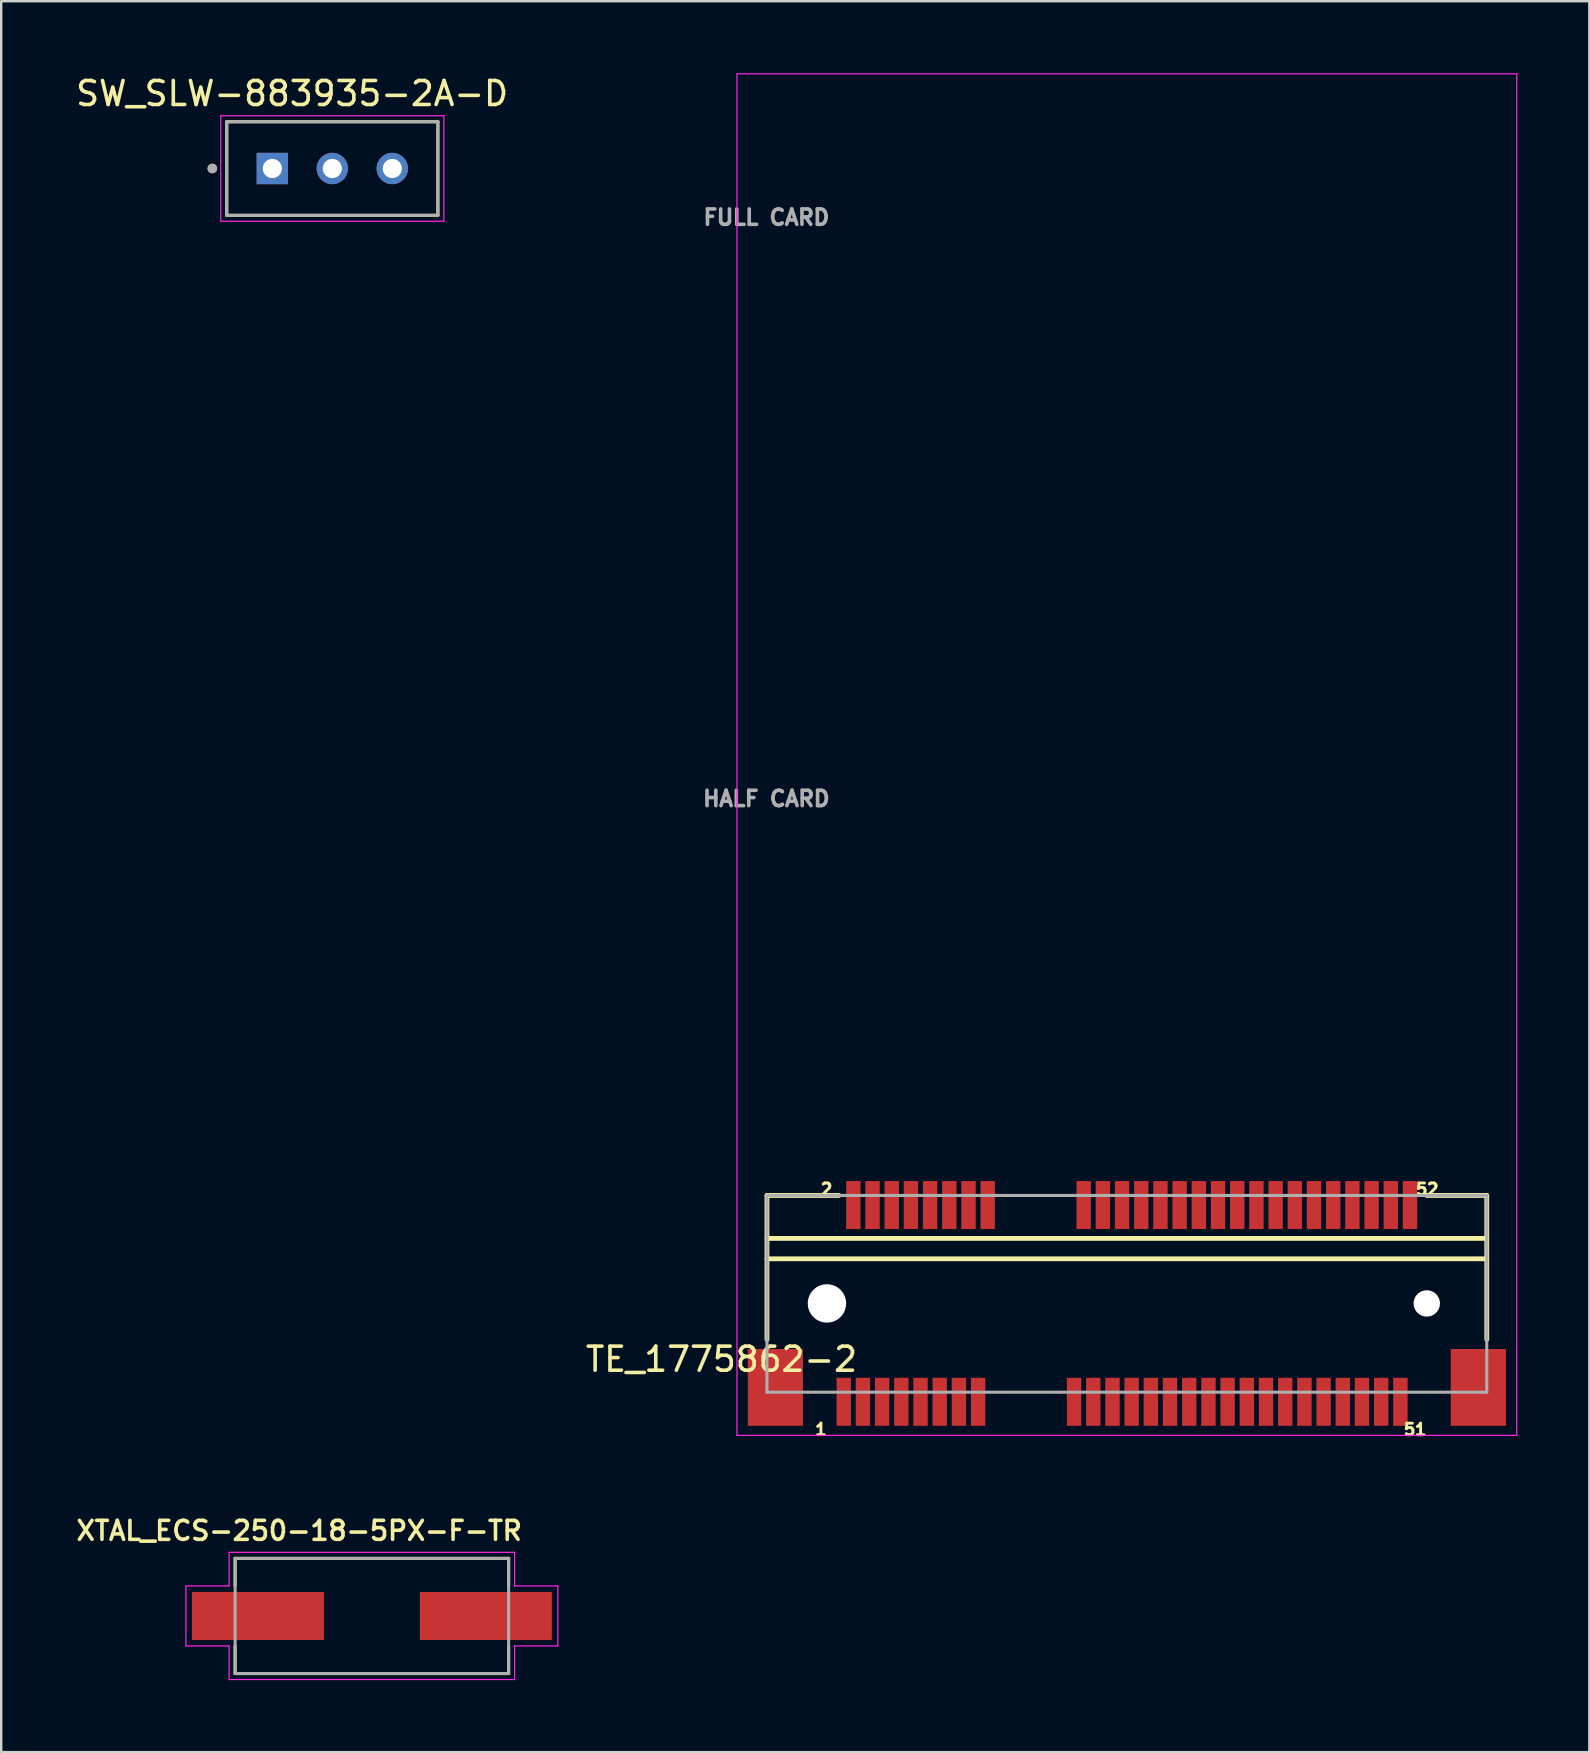
<source format=kicad_pcb>
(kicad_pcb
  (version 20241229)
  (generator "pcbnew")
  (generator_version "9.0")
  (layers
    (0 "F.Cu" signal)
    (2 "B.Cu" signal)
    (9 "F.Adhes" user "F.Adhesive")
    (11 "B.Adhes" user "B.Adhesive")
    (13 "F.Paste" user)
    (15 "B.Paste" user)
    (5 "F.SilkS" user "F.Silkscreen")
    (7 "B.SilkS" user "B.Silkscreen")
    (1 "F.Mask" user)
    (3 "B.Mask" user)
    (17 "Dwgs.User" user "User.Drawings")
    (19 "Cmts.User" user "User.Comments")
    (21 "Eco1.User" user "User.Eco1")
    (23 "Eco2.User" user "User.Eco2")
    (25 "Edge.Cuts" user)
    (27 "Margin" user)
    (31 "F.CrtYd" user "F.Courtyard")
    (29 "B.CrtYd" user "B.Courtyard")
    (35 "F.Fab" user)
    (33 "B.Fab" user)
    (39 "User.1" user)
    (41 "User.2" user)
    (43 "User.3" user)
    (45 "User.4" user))
  (footprint "SW_SLW-883935-2A-D"
    (layer "F.Cu")
    (at 10.8 3.973)
    (property "Reference" "SW_SLW-883935-2A-D" (at -1.675 -3.125 0) (layer "F.SilkS") (effects (font (size 1 1) (thickness 0.15))))
    (attr through_hole)
    (fp_line (start -4.4 -1.95) (end -4.4 1.95) (stroke (width 0.127) (type solid)) (layer "F.SilkS"))
    (fp_line (start -4.4 1.95) (end 4.4 1.95) (stroke (width 0.127) (type solid)) (layer "F.SilkS"))
    (fp_line (start 4.4 -1.95) (end -4.4 -1.95) (stroke (width 0.127) (type solid)) (layer "F.SilkS"))
    (fp_line (start 4.4 1.95) (end 4.4 -1.95) (stroke (width 0.127) (type solid)) (layer "F.SilkS"))
    (fp_circle (center -5 0) (end -4.9 0) (stroke (width 0.2) (type solid)) (fill no) (layer "F.SilkS"))
    (fp_line (start -4.65 -2.2) (end -4.65 2.2) (stroke (width 0.05) (type solid)) (layer "F.CrtYd"))
    (fp_line (start -4.65 2.2) (end 4.65 2.2) (stroke (width 0.05) (type solid)) (layer "F.CrtYd"))
    (fp_line (start 4.65 -2.2) (end -4.65 -2.2) (stroke (width 0.05) (type solid)) (layer "F.CrtYd"))
    (fp_line (start 4.65 2.2) (end 4.65 -2.2) (stroke (width 0.05) (type solid)) (layer "F.CrtYd"))
    (fp_line (start -4.4 -1.95) (end -4.4 1.95) (stroke (width 0.127) (type solid)) (layer "F.Fab"))
    (fp_line (start -4.4 1.95) (end 4.4 1.95) (stroke (width 0.127) (type solid)) (layer "F.Fab"))
    (fp_line (start 4.4 -1.95) (end -4.4 -1.95) (stroke (width 0.127) (type solid)) (layer "F.Fab"))
    (fp_line (start 4.4 1.95) (end 4.4 -1.95) (stroke (width 0.127) (type solid)) (layer "F.Fab"))
    (fp_circle (center -5 0) (end -4.9 0) (stroke (width 0.2) (type solid)) (fill no) (layer "F.Fab"))
    (pad "1" thru_hole rect (at -2.5 0) (size 1.308 1.308) (drill 0.8) (layers "*.Cu" "*.Mask"))
    (pad "2" thru_hole circle (at 0 0) (size 1.308 1.308) (drill 0.8) (layers "*.Cu" "*.Mask"))
    (pad "3" thru_hole circle (at 2.5 0) (size 1.308 1.308) (drill 0.8) (layers "*.Cu" "*.Mask")))
  (footprint "TE_1775862-2"
    (layer "F.Cu")
    (at 43.916 51.275)
    (property "Reference" "TE_1775862-2" (at -16.895 2.326 180) (layer "F.SilkS") (effects (font (size 1.001 1.001) (thickness 0.15))))
    (attr smd)
    (fp_line (start -15 -4.5) (end -15 1.5) (stroke (width 0.2) (type solid)) (layer "F.SilkS"))
    (fp_line (start -15 -2.71) (end 15 -2.71) (stroke (width 0.2) (type solid)) (layer "F.SilkS"))
    (fp_line (start -15 -1.86) (end 15 -1.86) (stroke (width 0.2) (type solid)) (layer "F.SilkS"))
    (fp_line (start -12 -4.5) (end -15 -4.5) (stroke (width 0.2) (type solid)) (layer "F.SilkS"))
    (fp_line (start 15 -4.5) (end 12.5 -4.5) (stroke (width 0.2) (type solid)) (layer "F.SilkS"))
    (fp_line (start 15 1.5) (end 15 -4.5) (stroke (width 0.2) (type solid)) (layer "F.SilkS"))
    (fp_line (start -16.25 -51.25) (end 16.25 -51.25) (stroke (width 0.05) (type solid)) (layer "F.CrtYd"))
    (fp_line (start -16.25 5.5) (end -16.25 -51.25) (stroke (width 0.05) (type solid)) (layer "F.CrtYd"))
    (fp_line (start 16.25 -51.25) (end 16.25 5.5) (stroke (width 0.05) (type solid)) (layer "F.CrtYd"))
    (fp_line (start 16.25 5.5) (end -16.25 5.5) (stroke (width 0.05) (type solid)) (layer "F.CrtYd"))
    (fp_line (start -15 -4.5) (end 15 -4.5) (stroke (width 0.127) (type solid)) (layer "F.Fab"))
    (fp_line (start -15 3.7) (end -15 -4.5) (stroke (width 0.127) (type solid)) (layer "F.Fab"))
    (fp_line (start 15 -4.5) (end 15 3.7) (stroke (width 0.127) (type solid)) (layer "F.Fab"))
    (fp_line (start 15 3.7) (end -15 3.7) (stroke (width 0.127) (type solid)) (layer "F.Fab"))
    (fp_text user "1" (at -12.752 5.251 0) (layer "F.SilkS") (effects (font (size 0.48 0.48) (thickness 0.15))))
    (fp_text user "52" (at 12.518 -4.757 0) (layer "F.SilkS") (effects (font (size 0.481 0.481) (thickness 0.15))))
    (fp_text user "51" (at 12.013 5.256 0) (layer "F.SilkS") (effects (font (size 0.481 0.481) (thickness 0.15))))
    (fp_text user "2" (at -12.519 -4.757 0) (layer "F.SilkS") (effects (font (size 0.481 0.481) (thickness 0.15))))
    (fp_text user "FULL CARD" (at -15.022 -45.265 0) (layer "F.Fab") (effects (font (size 0.641 0.641) (thickness 0.15))))
    (fp_text user "HALF CARD" (at -15.026 -21.037 0) (layer "F.Fab") (effects (font (size 0.641 0.641) (thickness 0.15))))
    (pad "" np_thru_hole circle (at -12.5 0) (size 1.6 1.6) (drill 1.6) (layers "*.Cu" "*.Mask"))
    (pad "" np_thru_hole circle (at 12.5 0) (size 1.1 1.1) (drill 1.1) (layers "*.Cu" "*.Mask"))
    (pad "1" smd rect (at -11.8 4.1) (size 0.6 2) (layers "F.Cu" "F.Mask" "F.Paste"))
    (pad "2" smd rect (at -11.4 -4.1) (size 0.6 2) (layers "F.Cu" "F.Mask" "F.Paste"))
    (pad "3" smd rect (at -11 4.1) (size 0.6 2) (layers "F.Cu" "F.Mask" "F.Paste"))
    (pad "4" smd rect (at -10.6 -4.1) (size 0.6 2) (layers "F.Cu" "F.Mask" "F.Paste"))
    (pad "5" smd rect (at -10.2 4.1) (size 0.6 2) (layers "F.Cu" "F.Mask" "F.Paste"))
    (pad "6" smd rect (at -9.8 -4.1) (size 0.6 2) (layers "F.Cu" "F.Mask" "F.Paste"))
    (pad "7" smd rect (at -9.4 4.1) (size 0.6 2) (layers "F.Cu" "F.Mask" "F.Paste"))
    (pad "8" smd rect (at -9 -4.1) (size 0.6 2) (layers "F.Cu" "F.Mask" "F.Paste"))
    (pad "9" smd rect (at -8.6 4.1) (size 0.6 2) (layers "F.Cu" "F.Mask" "F.Paste"))
    (pad "10" smd rect (at -8.2 -4.1) (size 0.6 2) (layers "F.Cu" "F.Mask" "F.Paste"))
    (pad "11" smd rect (at -7.8 4.1) (size 0.6 2) (layers "F.Cu" "F.Mask" "F.Paste"))
    (pad "12" smd rect (at -7.4 -4.1) (size 0.6 2) (layers "F.Cu" "F.Mask" "F.Paste"))
    (pad "13" smd rect (at -7 4.1) (size 0.6 2) (layers "F.Cu" "F.Mask" "F.Paste"))
    (pad "14" smd rect (at -6.6 -4.1) (size 0.6 2) (layers "F.Cu" "F.Mask" "F.Paste"))
    (pad "15" smd rect (at -6.2 4.1) (size 0.6 2) (layers "F.Cu" "F.Mask" "F.Paste"))
    (pad "16" smd rect (at -5.8 -4.1) (size 0.6 2) (layers "F.Cu" "F.Mask" "F.Paste"))
    (pad "17" smd rect (at -2.2 4.1) (size 0.6 2) (layers "F.Cu" "F.Mask" "F.Paste"))
    (pad "18" smd rect (at -1.8 -4.1) (size 0.6 2) (layers "F.Cu" "F.Mask" "F.Paste"))
    (pad "19" smd rect (at -1.4 4.1) (size 0.6 2) (layers "F.Cu" "F.Mask" "F.Paste"))
    (pad "20" smd rect (at -1 -4.1) (size 0.6 2) (layers "F.Cu" "F.Mask" "F.Paste"))
    (pad "21" smd rect (at -0.6 4.1) (size 0.6 2) (layers "F.Cu" "F.Mask" "F.Paste"))
    (pad "22" smd rect (at -0.2 -4.1) (size 0.6 2) (layers "F.Cu" "F.Mask" "F.Paste"))
    (pad "23" smd rect (at 0.2 4.1) (size 0.6 2) (layers "F.Cu" "F.Mask" "F.Paste"))
    (pad "24" smd rect (at 0.6 -4.1) (size 0.6 2) (layers "F.Cu" "F.Mask" "F.Paste"))
    (pad "25" smd rect (at 1 4.1) (size 0.6 2) (layers "F.Cu" "F.Mask" "F.Paste"))
    (pad "26" smd rect (at 1.4 -4.1) (size 0.6 2) (layers "F.Cu" "F.Mask" "F.Paste"))
    (pad "27" smd rect (at 1.8 4.1) (size 0.6 2) (layers "F.Cu" "F.Mask" "F.Paste"))
    (pad "28" smd rect (at 2.2 -4.1) (size 0.6 2) (layers "F.Cu" "F.Mask" "F.Paste"))
    (pad "29" smd rect (at 2.6 4.1) (size 0.6 2) (layers "F.Cu" "F.Mask" "F.Paste"))
    (pad "30" smd rect (at 3 -4.1) (size 0.6 2) (layers "F.Cu" "F.Mask" "F.Paste"))
    (pad "31" smd rect (at 3.4 4.1) (size 0.6 2) (layers "F.Cu" "F.Mask" "F.Paste"))
    (pad "32" smd rect (at 3.8 -4.1) (size 0.6 2) (layers "F.Cu" "F.Mask" "F.Paste"))
    (pad "33" smd rect (at 4.2 4.1) (size 0.6 2) (layers "F.Cu" "F.Mask" "F.Paste"))
    (pad "34" smd rect (at 4.6 -4.1) (size 0.6 2) (layers "F.Cu" "F.Mask" "F.Paste"))
    (pad "35" smd rect (at 5 4.1) (size 0.6 2) (layers "F.Cu" "F.Mask" "F.Paste"))
    (pad "36" smd rect (at 5.4 -4.1) (size 0.6 2) (layers "F.Cu" "F.Mask" "F.Paste"))
    (pad "37" smd rect (at 5.8 4.1) (size 0.6 2) (layers "F.Cu" "F.Mask" "F.Paste"))
    (pad "38" smd rect (at 6.2 -4.1) (size 0.6 2) (layers "F.Cu" "F.Mask" "F.Paste"))
    (pad "39" smd rect (at 6.6 4.1) (size 0.6 2) (layers "F.Cu" "F.Mask" "F.Paste"))
    (pad "40" smd rect (at 7 -4.1) (size 0.6 2) (layers "F.Cu" "F.Mask" "F.Paste"))
    (pad "41" smd rect (at 7.4 4.1) (size 0.6 2) (layers "F.Cu" "F.Mask" "F.Paste"))
    (pad "42" smd rect (at 7.8 -4.1) (size 0.6 2) (layers "F.Cu" "F.Mask" "F.Paste"))
    (pad "43" smd rect (at 8.2 4.1) (size 0.6 2) (layers "F.Cu" "F.Mask" "F.Paste"))
    (pad "44" smd rect (at 8.6 -4.1) (size 0.6 2) (layers "F.Cu" "F.Mask" "F.Paste"))
    (pad "45" smd rect (at 9 4.1) (size 0.6 2) (layers "F.Cu" "F.Mask" "F.Paste"))
    (pad "46" smd rect (at 9.4 -4.1) (size 0.6 2) (layers "F.Cu" "F.Mask" "F.Paste"))
    (pad "47" smd rect (at 9.8 4.1) (size 0.6 2) (layers "F.Cu" "F.Mask" "F.Paste"))
    (pad "48" smd rect (at 10.2 -4.1) (size 0.6 2) (layers "F.Cu" "F.Mask" "F.Paste"))
    (pad "49" smd rect (at 10.6 4.1) (size 0.6 2) (layers "F.Cu" "F.Mask" "F.Paste"))
    (pad "50" smd rect (at 11 -4.1) (size 0.6 2) (layers "F.Cu" "F.Mask" "F.Paste"))
    (pad "51" smd rect (at 11.4 4.1) (size 0.6 2) (layers "F.Cu" "F.Mask" "F.Paste"))
    (pad "52" smd rect (at 11.8 -4.1) (size 0.6 2) (layers "F.Cu" "F.Mask" "F.Paste"))
    (pad "P1" smd rect (at -14.65 3.5) (size 2.3 3.2) (layers "F.Cu" "F.Mask" "F.Paste"))
    (pad "P2" smd rect (at 14.65 3.5) (size 2.3 3.2) (layers "F.Cu" "F.Mask" "F.Paste"))
    (zone (net_name "") (layer "F.Cu") (hatch full 0.508) (connect_pads) (min_thickness 0.01) (filled_areas_thickness no) (keepout (tracks not_allowed) (vias not_allowed) (pads not_allowed) (copperpour not_allowed) (footprints allowed)) (placement (enabled no)) (fill) (polygon (pts (xy 28.898 24.475) (xy 34.716 24.475) (xy 34.716 30.25) (xy 28.898 30.25))))
    (zone (net_name "") (layer "F.Cu") (hatch full 0.508) (connect_pads) (min_thickness 0.01) (filled_areas_thickness no) (keepout (tracks not_allowed) (vias not_allowed) (pads not_allowed) (copperpour not_allowed) (footprints allowed)) (placement (enabled no)) (fill) (polygon (pts (xy 28.903 0.325) (xy 34.716 0.325) (xy 34.716 6.087) (xy 28.903 6.087))))
    (zone (net_name "") (layer "F.Cu") (hatch full 0.508) (connect_pads) (min_thickness 0.01) (filled_areas_thickness no) (keepout (tracks not_allowed) (vias not_allowed) (pads not_allowed) (copperpour not_allowed) (footprints allowed)) (placement (enabled no)) (fill) (polygon (pts (xy 53.122 24.475) (xy 58.916 24.475) (xy 58.916 30.261) (xy 53.122 30.261))))
    (zone (net_name "") (layer "F.Cu") (hatch full 0.508) (connect_pads) (min_thickness 0.01) (filled_areas_thickness no) (keepout (tracks not_allowed) (vias not_allowed) (pads not_allowed) (copperpour not_allowed) (footprints allowed)) (placement (enabled no)) (fill) (polygon (pts (xy 53.13 0.325) (xy 58.916 0.325) (xy 58.916 6.056) (xy 53.13 6.056))))
    (zone (net_name "") (layers "F.Cu" "B.Cu") (hatch full 0.508) (connect_pads) (min_thickness 0.01) (filled_areas_thickness no) (keepout (tracks allowed) (vias not_allowed) (pads allowed) (copperpour allowed) (footprints allowed)) (placement (enabled no)) (fill) (polygon (pts (xy 28.889 24.475) (xy 34.716 24.475) (xy 34.716 30.237) (xy 28.889 30.237))))
    (zone (net_name "") (layers "F.Cu" "B.Cu") (hatch full 0.508) (connect_pads) (min_thickness 0.01) (filled_areas_thickness no) (keepout (tracks allowed) (vias not_allowed) (pads allowed) (copperpour allowed) (footprints allowed)) (placement (enabled no)) (fill) (polygon (pts (xy 28.894 0.325) (xy 34.716 0.325) (xy 34.716 6.06) (xy 28.894 6.06))))
    (zone (net_name "") (layers "F.Cu" "B.Cu") (hatch full 0.508) (connect_pads) (min_thickness 0.01) (filled_areas_thickness no) (keepout (tracks allowed) (vias not_allowed) (pads allowed) (copperpour allowed) (footprints allowed)) (placement (enabled no)) (fill) (polygon (pts (xy 53.117 0.325) (xy 58.916 0.325) (xy 58.916 6.119) (xy 53.117 6.119))))
    (zone (net_name "") (layers "F.Cu" "B.Cu") (hatch full 0.508) (connect_pads) (min_thickness 0.01) (filled_areas_thickness no) (keepout (tracks allowed) (vias not_allowed) (pads allowed) (copperpour allowed) (footprints allowed)) (placement (enabled no)) (fill) (polygon (pts (xy 53.12 24.475) (xy 58.916 24.475) (xy 58.916 30.265) (xy 53.12 30.265))))
    (zone (net_name "") (layer "B.Cu") (hatch full 0.508) (connect_pads) (min_thickness 0.01) (filled_areas_thickness no) (keepout (tracks not_allowed) (vias not_allowed) (pads not_allowed) (copperpour not_allowed) (footprints allowed)) (placement (enabled no)) (fill) (polygon (pts (xy 28.902 24.475) (xy 34.716 24.475) (xy 34.716 30.255) (xy 28.902 30.255))))
    (zone (net_name "") (layer "B.Cu") (hatch full 0.508) (connect_pads) (min_thickness 0.01) (filled_areas_thickness no) (keepout (tracks not_allowed) (vias not_allowed) (pads not_allowed) (copperpour not_allowed) (footprints allowed)) (placement (enabled no)) (fill) (polygon (pts (xy 28.913 0.325) (xy 34.716 0.325) (xy 34.716 6.116) (xy 28.913 6.116))))
    (zone (net_name "") (layer "B.Cu") (hatch full 0.508) (connect_pads) (min_thickness 0.01) (filled_areas_thickness no) (keepout (tracks not_allowed) (vias not_allowed) (pads not_allowed) (copperpour not_allowed) (footprints allowed)) (placement (enabled no)) (fill) (polygon (pts (xy 53.116 0.325) (xy 58.916 0.325) (xy 58.916 6.124) (xy 53.116 6.124))))
    (zone (net_name "") (layer "B.Cu") (hatch full 0.508) (connect_pads) (min_thickness 0.01) (filled_areas_thickness no) (keepout (tracks not_allowed) (vias not_allowed) (pads not_allowed) (copperpour not_allowed) (footprints allowed)) (placement (enabled no)) (fill) (polygon (pts (xy 53.132 24.475) (xy 58.916 24.475) (xy 58.916 30.238) (xy 53.132 30.238)))))
  (footprint "XTAL_ECS-250-18-5PX-F-TR"
    (layer "F.Cu")
    (at 12.449 64.3)
    (property "Reference" "XTAL_ECS-250-18-5PX-F-TR" (at -3.03 -3.552 0) (layer "F.SilkS") (effects (font (size 0.79 0.79) (thickness 0.15))))
    (attr smd)
    (fp_line (start -5.7 -2.4) (end 5.7 -2.4) (stroke (width 0.127) (type solid)) (layer "F.SilkS"))
    (fp_line (start -5.7 -1.254) (end -5.7 -2.4) (stroke (width 0.127) (type solid)) (layer "F.SilkS"))
    (fp_line (start -5.7 2.4) (end -5.7 1.254) (stroke (width 0.127) (type solid)) (layer "F.SilkS"))
    (fp_line (start 5.7 -2.4) (end 5.7 -1.254) (stroke (width 0.127) (type solid)) (layer "F.SilkS"))
    (fp_line (start 5.7 1.254) (end 5.7 2.4) (stroke (width 0.127) (type solid)) (layer "F.SilkS"))
    (fp_line (start 5.7 2.4) (end -5.7 2.4) (stroke (width 0.127) (type solid)) (layer "F.SilkS"))
    (fp_line (start -7.75 -1.25) (end -5.95 -1.25) (stroke (width 0.05) (type solid)) (layer "F.CrtYd"))
    (fp_line (start -7.75 1.25) (end -7.75 -1.25) (stroke (width 0.05) (type solid)) (layer "F.CrtYd"))
    (fp_line (start -5.95 -2.65) (end 5.95 -2.65) (stroke (width 0.05) (type solid)) (layer "F.CrtYd"))
    (fp_line (start -5.95 -1.25) (end -5.95 -2.65) (stroke (width 0.05) (type solid)) (layer "F.CrtYd"))
    (fp_line (start -5.95 1.25) (end -7.75 1.25) (stroke (width 0.05) (type solid)) (layer "F.CrtYd"))
    (fp_line (start -5.95 2.65) (end -5.95 1.25) (stroke (width 0.05) (type solid)) (layer "F.CrtYd"))
    (fp_line (start 5.95 -2.65) (end 5.95 -1.25) (stroke (width 0.05) (type solid)) (layer "F.CrtYd"))
    (fp_line (start 5.95 -1.25) (end 7.75 -1.25) (stroke (width 0.05) (type solid)) (layer "F.CrtYd"))
    (fp_line (start 5.95 1.25) (end 5.95 2.65) (stroke (width 0.05) (type solid)) (layer "F.CrtYd"))
    (fp_line (start 5.95 2.65) (end -5.95 2.65) (stroke (width 0.05) (type solid)) (layer "F.CrtYd"))
    (fp_line (start 7.75 -1.25) (end 7.75 1.25) (stroke (width 0.05) (type solid)) (layer "F.CrtYd"))
    (fp_line (start 7.75 1.25) (end 5.95 1.25) (stroke (width 0.05) (type solid)) (layer "F.CrtYd"))
    (fp_line (start -5.7 -2.4) (end -5.7 2.4) (stroke (width 0.127) (type solid)) (layer "F.Fab"))
    (fp_line (start -5.7 2.4) (end 5.7 2.4) (stroke (width 0.127) (type solid)) (layer "F.Fab"))
    (fp_line (start 5.7 -2.4) (end -5.7 -2.4) (stroke (width 0.127) (type solid)) (layer "F.Fab"))
    (fp_line (start 5.7 2.4) (end 5.7 -2.4) (stroke (width 0.127) (type solid)) (layer "F.Fab"))
    (pad "1" smd rect (at -4.75 0) (size 5.5 2) (layers "F.Cu" "F.Mask" "F.Paste"))
    (pad "2" smd rect (at 4.75 0) (size 5.5 2) (layers "F.Cu" "F.Mask" "F.Paste")))
  (gr_rect
    (start -3 -3)
    (end 63.191 69.975)
    (stroke (width 0.1) (type default))
    (fill no)
    (layer "Edge.Cuts")))
</source>
